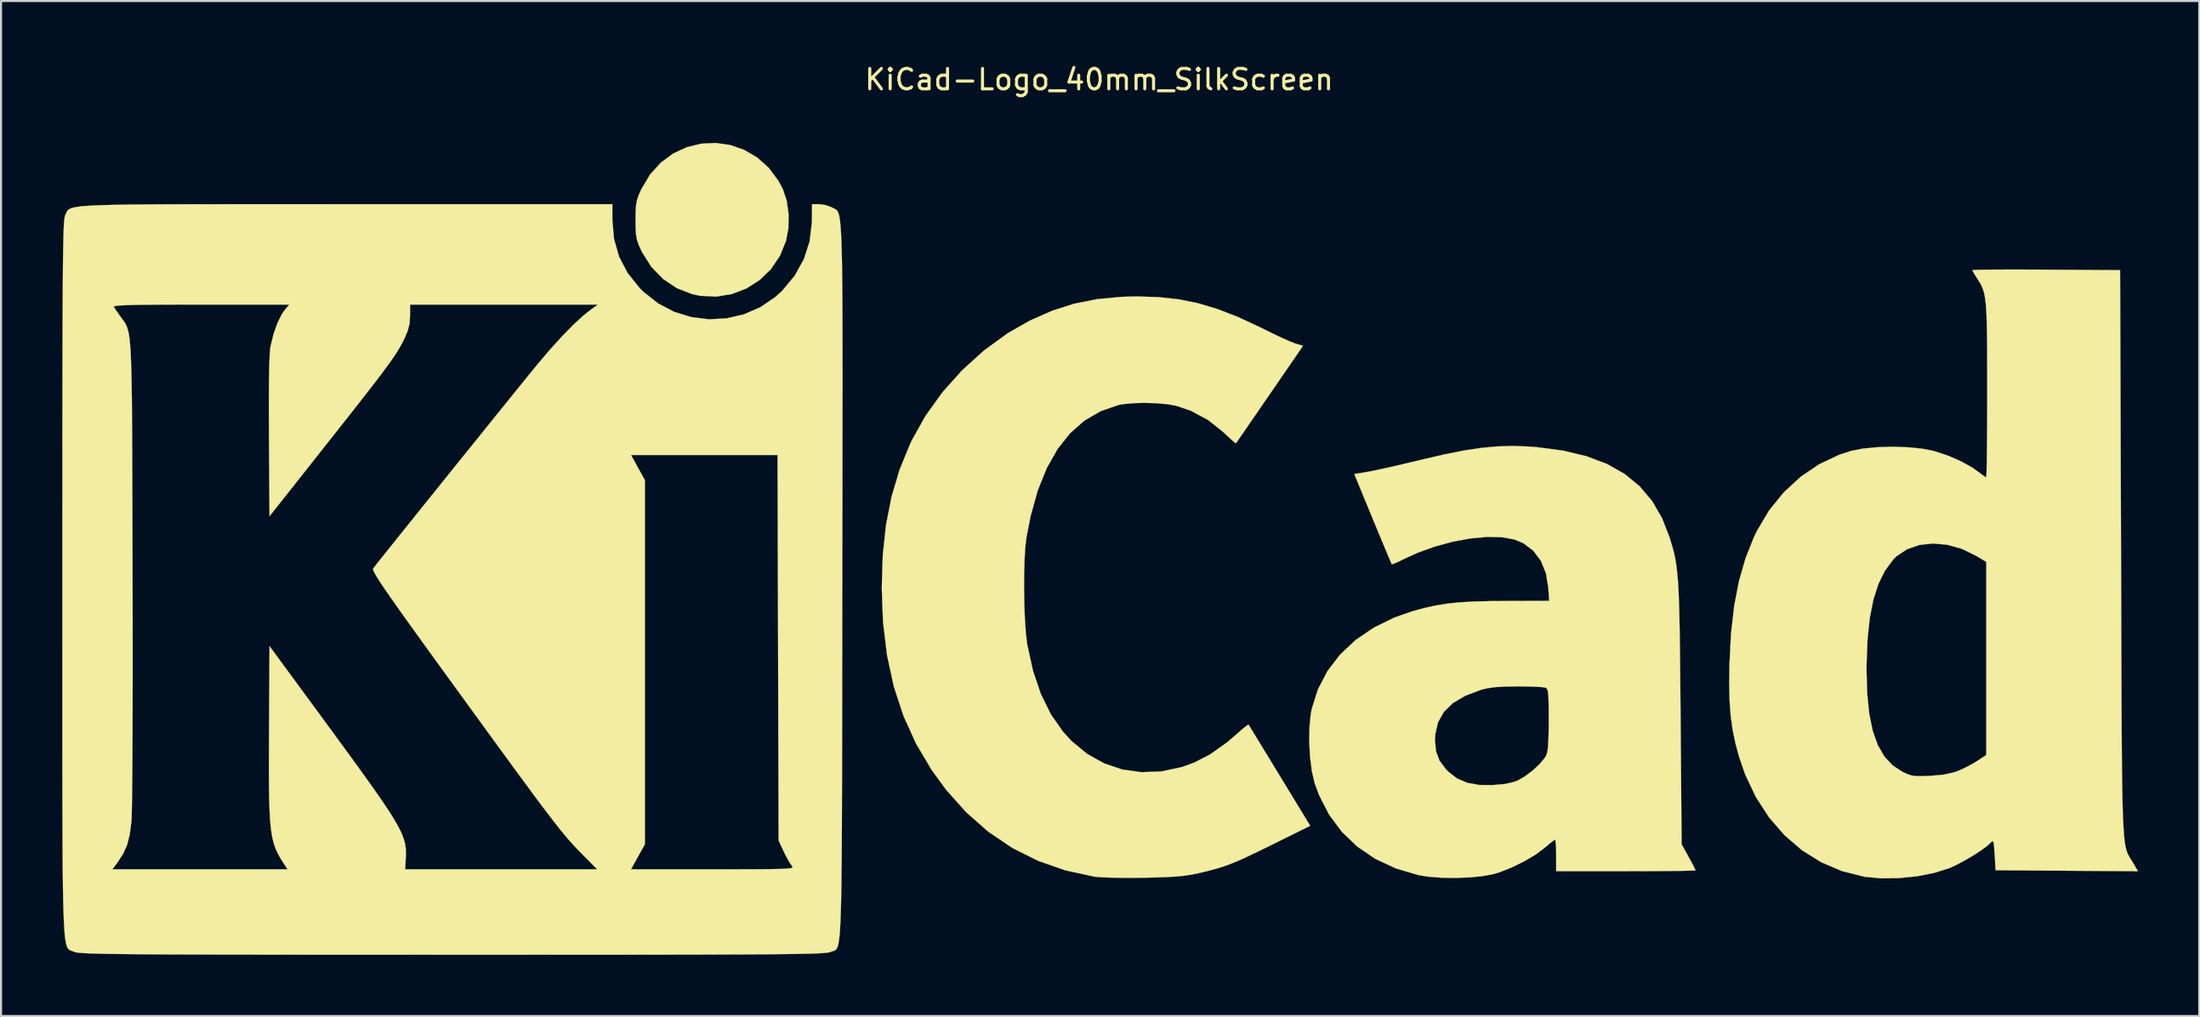
<source format=kicad_pcb>
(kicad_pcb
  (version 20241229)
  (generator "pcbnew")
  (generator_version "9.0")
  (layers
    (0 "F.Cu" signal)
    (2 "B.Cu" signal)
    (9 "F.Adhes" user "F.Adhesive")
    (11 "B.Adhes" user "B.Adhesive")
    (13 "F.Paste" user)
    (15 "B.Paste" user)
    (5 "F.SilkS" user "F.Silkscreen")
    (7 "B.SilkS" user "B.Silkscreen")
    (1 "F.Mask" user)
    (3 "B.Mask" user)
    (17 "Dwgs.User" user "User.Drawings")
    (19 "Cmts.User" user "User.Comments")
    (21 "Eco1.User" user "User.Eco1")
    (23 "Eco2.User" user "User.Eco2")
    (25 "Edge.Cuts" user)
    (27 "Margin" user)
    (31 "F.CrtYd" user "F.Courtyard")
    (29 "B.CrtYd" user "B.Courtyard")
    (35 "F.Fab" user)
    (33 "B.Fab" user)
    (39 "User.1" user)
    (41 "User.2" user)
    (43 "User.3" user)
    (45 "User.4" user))
  (footprint "KiCad-Logo_40mm_SilkScreen"
    (layer "F.Cu")
    (at 50.806 23.708)
    (property "Reference" "KiCad-Logo_40mm_SilkScreen" (at 0 -22.86 0) (layer "F.SilkS") (effects (font (size 1 1) (thickness 0.15))))
    (attr exclude_from_pos_files exclude_from_bom allow_missing_courtyard)
    (fp_poly (pts (xy -18.076 -19.651) (xy -17.392 -19.413) (xy -16.756 -19.04) (xy -16.187 -18.531) (xy -15.708 -17.886) (xy -15.493 -17.48) (xy -15.306 -16.911) (xy -15.216 -16.254) (xy -15.226 -15.579) (xy -15.337 -14.968) (xy -15.641 -14.22) (xy -16.081 -13.572) (xy -16.635 -13.035) (xy -17.282 -12.624) (xy -17.998 -12.349) (xy -18.761 -12.225) (xy -19.549 -12.263) (xy -19.938 -12.345) (xy -20.695 -12.64) (xy -21.367 -13.089) (xy -21.938 -13.679) (xy -22.393 -14.397) (xy -22.431 -14.475) (xy -22.564 -14.769) (xy -22.647 -15.017) (xy -22.693 -15.278) (xy -22.711 -15.613) (xy -22.714 -15.977) (xy -22.709 -16.415) (xy -22.686 -16.732) (xy -22.634 -16.987) (xy -22.541 -17.243) (xy -22.426 -17.496) (xy -21.998 -18.213) (xy -21.47 -18.793) (xy -20.864 -19.237) (xy -20.201 -19.545) (xy -19.501 -19.716) (xy -18.786 -19.751) (xy -18.076 -19.651)) (stroke (width 0.01) (type solid)) (fill yes) (layer "F.SilkS"))
    (fp_poly (pts (xy 2.917 -12.197) (xy 3.899 -12.09) (xy 4.85 -11.898) (xy 5.809 -11.61) (xy 6.815 -11.218) (xy 7.907 -10.711) (xy 8.103 -10.613) (xy 8.554 -10.39) (xy 8.98 -10.19) (xy 9.338 -10.031) (xy 9.586 -9.933) (xy 9.624 -9.92) (xy 9.989 -9.811) (xy 8.354 -7.432) (xy 7.954 -6.85) (xy 7.588 -6.319) (xy 7.27 -5.856) (xy 7.01 -5.479) (xy 6.822 -5.207) (xy 6.718 -5.057) (xy 6.701 -5.033) (xy 6.632 -5.083) (xy 6.463 -5.232) (xy 6.223 -5.454) (xy 6.091 -5.58) (xy 5.343 -6.175) (xy 4.502 -6.627) (xy 3.778 -6.875) (xy 3.343 -6.953) (xy 2.799 -7) (xy 2.209 -7.016) (xy 1.638 -7) (xy 1.148 -6.951) (xy 0.953 -6.914) (xy 0.074 -6.611) (xy -0.719 -6.149) (xy -1.424 -5.528) (xy -2.041 -4.75) (xy -2.569 -3.815) (xy -3.008 -2.723) (xy -3.356 -1.477) (xy -3.564 -0.41) (xy -3.618 0.061) (xy -3.655 0.67) (xy -3.675 1.372) (xy -3.678 2.125) (xy -3.666 2.883) (xy -3.637 3.605) (xy -3.593 4.245) (xy -3.534 4.76) (xy -3.521 4.839) (xy -3.239 6.12) (xy -2.855 7.253) (xy -2.366 8.244) (xy -1.771 9.098) (xy -1.348 9.559) (xy -0.588 10.186) (xy 0.245 10.651) (xy 1.138 10.951) (xy 2.076 11.083) (xy 3.045 11.046) (xy 4.031 10.837) (xy 4.614 10.632) (xy 5.422 10.221) (xy 6.253 9.633) (xy 6.719 9.235) (xy 6.981 9.004) (xy 7.187 8.835) (xy 7.304 8.754) (xy 7.318 8.751) (xy 7.37 8.835) (xy 7.506 9.054) (xy 7.713 9.392) (xy 7.979 9.829) (xy 8.295 10.346) (xy 8.647 10.924) (xy 8.843 11.246) (xy 10.342 13.707) (xy 8.471 14.632) (xy 7.795 14.964) (xy 7.247 15.226) (xy 6.794 15.43) (xy 6.402 15.591) (xy 6.039 15.72) (xy 5.67 15.831) (xy 5.262 15.937) (xy 4.871 16.03) (xy 4.523 16.102) (xy 4.159 16.156) (xy 3.744 16.196) (xy 3.239 16.224) (xy 2.609 16.244) (xy 2.185 16.252) (xy 1.579 16.258) (xy 0.999 16.255) (xy 0.481 16.245) (xy 0.066 16.227) (xy -0.209 16.202) (xy -0.226 16.2) (xy -1.656 15.891) (xy -2.999 15.421) (xy -4.254 14.793) (xy -5.421 14.005) (xy -6.499 13.058) (xy -7.489 11.953) (xy -8.206 10.97) (xy -8.969 9.684) (xy -9.585 8.326) (xy -10.059 6.885) (xy -10.392 5.35) (xy -10.588 3.711) (xy -10.65 2.046) (xy -10.599 0.435) (xy -10.439 -1.051) (xy -10.166 -2.437) (xy -9.774 -3.749) (xy -9.257 -5.012) (xy -9.196 -5.142) (xy -8.516 -6.365) (xy -7.682 -7.529) (xy -6.716 -8.609) (xy -5.643 -9.582) (xy -4.485 -10.424) (xy -3.407 -11.041) (xy -2.317 -11.524) (xy -1.225 -11.875) (xy -0.089 -12.101) (xy 1.135 -12.213) (xy 1.866 -12.23) (xy 2.917 -12.197)) (stroke (width 0.01) (type solid)) (fill yes) (layer "F.SilkS"))
    (fp_poly (pts (xy 45.37 -13.548) (xy 46.144 -13.545) (xy 46.407 -13.543) (xy 50.026 -13.519) (xy 50.072 0.364) (xy 50.078 2.247) (xy 50.083 3.956) (xy 50.088 5.501) (xy 50.093 6.891) (xy 50.098 8.133) (xy 50.104 9.238) (xy 50.111 10.214) (xy 50.12 11.07) (xy 50.13 11.814) (xy 50.142 12.456) (xy 50.157 13.005) (xy 50.174 13.468) (xy 50.195 13.855) (xy 50.219 14.176) (xy 50.246 14.438) (xy 50.278 14.651) (xy 50.314 14.823) (xy 50.355 14.963) (xy 50.401 15.08) (xy 50.453 15.184) (xy 50.511 15.282) (xy 50.574 15.384) (xy 50.644 15.498) (xy 50.659 15.522) (xy 50.9 15.934) (xy 43.927 15.886) (xy 43.881 15.12) (xy 43.856 14.753) (xy 43.83 14.54) (xy 43.795 14.456) (xy 43.743 14.473) (xy 43.699 14.522) (xy 43.507 14.699) (xy 43.195 14.926) (xy 42.806 15.177) (xy 42.384 15.424) (xy 41.974 15.64) (xy 41.659 15.782) (xy 40.921 16.015) (xy 40.074 16.181) (xy 39.181 16.272) (xy 38.304 16.282) (xy 37.506 16.205) (xy 37.493 16.203) (xy 36.401 15.929) (xy 35.379 15.492) (xy 34.436 14.903) (xy 33.583 14.169) (xy 32.829 13.301) (xy 32.185 12.308) (xy 31.659 11.2) (xy 31.373 10.378) (xy 31.185 9.691) (xy 31.045 9.026) (xy 30.949 8.342) (xy 30.894 7.599) (xy 30.875 6.757) (xy 30.883 6.069) (xy 37.601 6.069) (xy 37.633 7.222) (xy 37.733 8.215) (xy 37.905 9.055) (xy 38.152 9.752) (xy 38.476 10.314) (xy 38.881 10.75) (xy 39.348 11.058) (xy 39.592 11.173) (xy 39.803 11.242) (xy 40.038 11.274) (xy 40.354 11.276) (xy 40.695 11.264) (xy 41.364 11.205) (xy 41.894 11.089) (xy 42.06 11.031) (xy 42.44 10.86) (xy 42.841 10.645) (xy 43.016 10.538) (xy 43.471 10.239) (xy 43.471 0.776) (xy 42.971 0.476) (xy 42.272 0.136) (xy 41.559 -0.064) (xy 40.856 -0.127) (xy 40.191 -0.054) (xy 39.589 0.154) (xy 39.075 0.496) (xy 38.91 0.66) (xy 38.511 1.197) (xy 38.188 1.848) (xy 37.938 2.623) (xy 37.759 3.534) (xy 37.648 4.591) (xy 37.603 5.807) (xy 37.601 6.069) (xy 30.883 6.069) (xy 30.887 5.783) (xy 30.964 4.284) (xy 31.118 2.932) (xy 31.354 1.708) (xy 31.676 0.59) (xy 32.087 -0.439) (xy 32.234 -0.744) (xy 32.825 -1.739) (xy 33.54 -2.623) (xy 34.361 -3.383) (xy 35.272 -4.002) (xy 36.255 -4.469) (xy 36.845 -4.661) (xy 37.424 -4.775) (xy 38.121 -4.843) (xy 38.877 -4.865) (xy 39.634 -4.84) (xy 40.333 -4.77) (xy 40.895 -4.659) (xy 41.563 -4.442) (xy 42.211 -4.162) (xy 42.777 -3.849) (xy 43.079 -3.636) (xy 43.287 -3.478) (xy 43.433 -3.382) (xy 43.466 -3.368) (xy 43.476 -3.457) (xy 43.486 -3.709) (xy 43.495 -4.108) (xy 43.502 -4.635) (xy 43.508 -5.273) (xy 43.513 -6.005) (xy 43.516 -6.811) (xy 43.517 -7.633) (xy 43.516 -8.685) (xy 43.514 -9.572) (xy 43.507 -10.311) (xy 43.496 -10.919) (xy 43.478 -11.413) (xy 43.452 -11.809) (xy 43.416 -12.125) (xy 43.369 -12.378) (xy 43.308 -12.584) (xy 43.234 -12.762) (xy 43.144 -12.926) (xy 43.036 -13.096) (xy 43.022 -13.117) (xy 42.884 -13.336) (xy 42.8 -13.487) (xy 42.789 -13.518) (xy 42.876 -13.528) (xy 43.127 -13.537) (xy 43.521 -13.543) (xy 44.039 -13.547) (xy 44.662 -13.549) (xy 45.37 -13.548)) (stroke (width 0.01) (type solid)) (fill yes) (layer "F.SilkS"))
    (fp_poly (pts (xy 21.003 -4.879) (xy 21.454 -4.845) (xy 22.745 -4.673) (xy 23.888 -4.399) (xy 24.889 -4.019) (xy 25.753 -3.53) (xy 26.486 -2.927) (xy 27.094 -2.207) (xy 27.583 -1.365) (xy 27.939 -0.455) (xy 28.03 -0.165) (xy 28.109 0.107) (xy 28.177 0.375) (xy 28.235 0.654) (xy 28.284 0.958) (xy 28.325 1.303) (xy 28.36 1.702) (xy 28.388 2.171) (xy 28.411 2.723) (xy 28.43 3.374) (xy 28.445 4.139) (xy 28.458 5.031) (xy 28.469 6.066) (xy 28.48 7.259) (xy 28.488 8.194) (xy 28.541 14.612) (xy 28.882 15.229) (xy 29.044 15.527) (xy 29.164 15.758) (xy 29.222 15.881) (xy 29.224 15.89) (xy 29.136 15.899) (xy 28.886 15.908) (xy 28.494 15.916) (xy 27.979 15.922) (xy 27.362 15.927) (xy 26.663 15.931) (xy 25.901 15.932) (xy 25.81 15.932) (xy 22.396 15.932) (xy 22.396 15.158) (xy 22.39 14.808) (xy 22.374 14.541) (xy 22.352 14.398) (xy 22.342 14.384) (xy 22.252 14.44) (xy 22.066 14.586) (xy 21.824 14.791) (xy 21.819 14.795) (xy 21.378 15.124) (xy 20.82 15.454) (xy 20.21 15.752) (xy 19.61 15.988) (xy 19.346 16.068) (xy 18.82 16.17) (xy 18.175 16.235) (xy 17.469 16.263) (xy 16.762 16.251) (xy 16.113 16.2) (xy 15.659 16.126) (xy 14.545 15.799) (xy 13.542 15.333) (xy 12.657 14.733) (xy 11.896 14.006) (xy 11.265 13.158) (xy 10.772 12.193) (xy 10.559 11.608) (xy 10.426 11.039) (xy 10.338 10.356) (xy 10.297 9.622) (xy 10.298 9.515) (xy 16.455 9.515) (xy 16.506 10.06) (xy 16.676 10.513) (xy 16.991 10.934) (xy 17.111 11.057) (xy 17.54 11.391) (xy 18.036 11.604) (xy 18.63 11.708) (xy 19.256 11.715) (xy 19.849 11.665) (xy 20.304 11.567) (xy 20.501 11.493) (xy 20.857 11.292) (xy 21.233 11.009) (xy 21.577 10.691) (xy 21.834 10.386) (xy 21.902 10.274) (xy 21.955 10.117) (xy 21.993 9.868) (xy 22.017 9.502) (xy 22.029 8.996) (xy 22.032 8.514) (xy 22.03 7.952) (xy 22.023 7.546) (xy 22.008 7.269) (xy 21.983 7.094) (xy 21.944 6.996) (xy 21.889 6.947) (xy 21.872 6.939) (xy 21.725 6.915) (xy 21.435 6.895) (xy 21.042 6.882) (xy 20.583 6.876) (xy 20.484 6.876) (xy 19.871 6.886) (xy 19.398 6.915) (xy 19.022 6.967) (xy 18.711 7.044) (xy 17.941 7.335) (xy 17.337 7.693) (xy 16.893 8.124) (xy 16.606 8.633) (xy 16.469 9.227) (xy 16.455 9.515) (xy 10.298 9.515) (xy 10.306 8.899) (xy 10.368 8.252) (xy 10.416 7.991) (xy 10.722 7.02) (xy 11.189 6.127) (xy 11.806 5.32) (xy 12.565 4.607) (xy 13.458 3.998) (xy 14.475 3.501) (xy 15.34 3.199) (xy 15.918 3.04) (xy 16.471 2.917) (xy 17.034 2.825) (xy 17.644 2.761) (xy 18.337 2.72) (xy 19.147 2.698) (xy 19.88 2.692) (xy 22.052 2.686) (xy 22.01 2.033) (xy 21.892 1.324) (xy 21.641 0.715) (xy 21.267 0.221) (xy 20.781 -0.143) (xy 20.354 -0.321) (xy 19.741 -0.433) (xy 19.011 -0.449) (xy 18.199 -0.375) (xy 17.339 -0.217) (xy 16.465 0.019) (xy 15.61 0.327) (xy 14.989 0.609) (xy 14.691 0.754) (xy 14.463 0.855) (xy 14.347 0.895) (xy 14.341 0.893) (xy 14.301 0.805) (xy 14.201 0.571) (xy 14.051 0.213) (xy 13.859 -0.246) (xy 13.636 -0.784) (xy 13.409 -1.332) (xy 12.503 -3.529) (xy 13.148 -3.635) (xy 13.427 -3.688) (xy 13.847 -3.777) (xy 14.372 -3.894) (xy 14.965 -4.032) (xy 15.592 -4.181) (xy 15.841 -4.241) (xy 16.919 -4.491) (xy 17.864 -4.679) (xy 18.709 -4.808) (xy 19.491 -4.881) (xy 20.243 -4.904) (xy 21.003 -4.879)) (stroke (width 0.01) (type solid)) (fill yes) (layer "F.SilkS"))
    (fp_poly (pts (xy -39.491 -16.752) (xy -37.737 -16.751) (xy -36.921 -16.751) (xy -23.852 -16.751) (xy -23.852 -15.981) (xy -23.77 -15.043) (xy -23.522 -14.179) (xy -23.106 -13.382) (xy -22.519 -12.648) (xy -22.32 -12.449) (xy -21.606 -11.887) (xy -20.819 -11.476) (xy -19.982 -11.218) (xy -19.118 -11.112) (xy -18.251 -11.157) (xy -17.405 -11.354) (xy -16.602 -11.703) (xy -15.866 -12.202) (xy -15.535 -12.503) (xy -14.919 -13.242) (xy -14.468 -14.054) (xy -14.184 -14.931) (xy -14.073 -15.863) (xy -14.071 -15.955) (xy -14.066 -16.751) (xy -13.715 -16.751) (xy -13.405 -16.709) (xy -13.121 -16.607) (xy -13.102 -16.596) (xy -13.038 -16.563) (xy -12.98 -16.537) (xy -12.926 -16.511) (xy -12.877 -16.477) (xy -12.832 -16.428) (xy -12.792 -16.356) (xy -12.756 -16.254) (xy -12.724 -16.114) (xy -12.696 -15.928) (xy -12.672 -15.689) (xy -12.65 -15.39) (xy -12.632 -15.023) (xy -12.617 -14.58) (xy -12.604 -14.054) (xy -12.594 -13.438) (xy -12.586 -12.723) (xy -12.58 -11.902) (xy -12.576 -10.968) (xy -12.574 -9.913) (xy -12.573 -8.73) (xy -12.573 -7.411) (xy -12.575 -5.948) (xy -12.577 -4.335) (xy -12.579 -2.562) (xy -12.582 -0.624) (xy -12.585 1.488) (xy -12.585 1.745) (xy -12.588 3.871) (xy -12.59 5.822) (xy -12.592 7.606) (xy -12.595 9.23) (xy -12.597 10.703) (xy -12.6 12.031) (xy -12.604 13.223) (xy -12.609 14.285) (xy -12.615 15.225) (xy -12.623 16.051) (xy -12.632 16.77) (xy -12.644 17.391) (xy -12.658 17.919) (xy -12.674 18.364) (xy -12.693 18.732) (xy -12.715 19.031) (xy -12.74 19.268) (xy -12.769 19.452) (xy -12.801 19.589) (xy -12.838 19.688) (xy -12.878 19.755) (xy -12.923 19.798) (xy -12.973 19.825) (xy -13.027 19.844) (xy -13.087 19.861) (xy -13.152 19.885) (xy -13.168 19.892) (xy -13.218 19.908) (xy -13.302 19.923) (xy -13.426 19.937) (xy -13.599 19.949) (xy -13.828 19.961) (xy -14.12 19.971) (xy -14.481 19.98) (xy -14.921 19.988) (xy -15.445 19.995) (xy -16.061 20.001) (xy -16.777 20.007) (xy -17.599 20.011) (xy -18.536 20.015) (xy -19.594 20.019) (xy -20.78 20.021) (xy -22.103 20.023) (xy -23.569 20.025) (xy -25.185 20.026) (xy -26.96 20.026) (xy -28.899 20.027) (xy -31.011 20.027) (xy -31.695 20.027) (xy -33.854 20.026) (xy -35.839 20.026) (xy -37.656 20.025) (xy -39.313 20.024) (xy -40.818 20.022) (xy -42.177 20.02) (xy -43.399 20.018) (xy -44.491 20.014) (xy -45.459 20.011) (xy -46.312 20.006) (xy -47.057 20.001) (xy -47.701 19.995) (xy -48.252 19.988) (xy -48.717 19.981) (xy -49.103 19.972) (xy -49.419 19.962) (xy -49.67 19.951) (xy -49.865 19.94) (xy -50.011 19.926) (xy -50.116 19.912) (xy -50.186 19.896) (xy -50.225 19.882) (xy -50.293 19.853) (xy -50.355 19.832) (xy -50.413 19.811) (xy -50.465 19.782) (xy -50.512 19.738) (xy -50.555 19.672) (xy -50.593 19.576) (xy -50.627 19.442) (xy -50.657 19.262) (xy -50.684 19.031) (xy -50.707 18.739) (xy -50.726 18.379) (xy -50.743 17.944) (xy -50.757 17.426) (xy -50.769 16.818) (xy -50.778 16.112) (xy -50.781 15.841) (xy -48.351 15.841) (xy -39.763 15.841) (xy -39.929 15.591) (xy -40.093 15.333) (xy -40.232 15.088) (xy -40.348 14.838) (xy -40.443 14.567) (xy -40.518 14.255) (xy -40.577 13.888) (xy -40.62 13.447) (xy -40.649 12.916) (xy -40.668 12.277) (xy -40.677 11.513) (xy -40.679 10.607) (xy -40.675 9.542) (xy -40.673 9.146) (xy -40.649 4.907) (xy -37.963 8.563) (xy -37.203 9.601) (xy -36.543 10.504) (xy -35.979 11.285) (xy -35.502 11.956) (xy -35.105 12.529) (xy -34.781 13.015) (xy -34.523 13.428) (xy -34.325 13.778) (xy -34.178 14.078) (xy -34.076 14.34) (xy -34.011 14.575) (xy -33.977 14.796) (xy -33.967 15.014) (xy -33.972 15.242) (xy -33.974 15.271) (xy -34.003 15.841) (xy -29.297 15.841) (xy -24.592 15.841) (xy -25.292 15.135) (xy -25.482 14.942) (xy -25.662 14.754) (xy -25.84 14.561) (xy -26.025 14.353) (xy -26.223 14.118) (xy -26.443 13.848) (xy -26.693 13.53) (xy -26.981 13.156) (xy -27.315 12.715) (xy -27.702 12.195) (xy -28.15 11.588) (xy -28.668 10.883) (xy -29.262 10.068) (xy -29.942 9.135) (xy -30.716 8.072) (xy -31.349 7.2) (xy -32.145 6.104) (xy -32.838 5.147) (xy -33.437 4.317) (xy -33.947 3.608) (xy -34.373 3.008) (xy -34.724 2.51) (xy -35.005 2.104) (xy -35.221 1.781) (xy -35.38 1.532) (xy -35.488 1.348) (xy -35.551 1.22) (xy -35.576 1.139) (xy -35.568 1.096) (xy -35.48 0.982) (xy -35.288 0.74) (xy -35.006 0.386) (xy -34.643 -0.067) (xy -34.213 -0.604) (xy -33.725 -1.211) (xy -33.193 -1.874) (xy -32.627 -2.578) (xy -32.039 -3.309) (xy -31.441 -4.052) (xy -31.111 -4.461) (xy -22.938 -4.461) (xy -22.599 -3.846) (xy -22.259 -3.232) (xy -22.259 14.612) (xy -22.599 15.226) (xy -22.938 15.841) (xy -18.92 15.841) (xy -17.961 15.841) (xy -17.169 15.839) (xy -16.528 15.836) (xy -16.024 15.831) (xy -15.642 15.823) (xy -15.366 15.812) (xy -15.181 15.796) (xy -15.071 15.776) (xy -15.023 15.75) (xy -15.021 15.718) (xy -15.048 15.679) (xy -15.049 15.679) (xy -15.163 15.513) (xy -15.315 15.243) (xy -15.45 14.974) (xy -15.704 14.43) (xy -15.73 4.984) (xy -15.756 -4.461) (xy -22.938 -4.461) (xy -31.111 -4.461) (xy -30.843 -4.794) (xy -30.258 -5.519) (xy -29.698 -6.215) (xy -29.173 -6.865) (xy -28.695 -7.456) (xy -28.276 -7.974) (xy -27.928 -8.403) (xy -27.661 -8.731) (xy -27.505 -8.922) (xy -26.897 -9.636) (xy -26.312 -10.281) (xy -25.77 -10.834) (xy -25.293 -11.276) (xy -24.954 -11.547) (xy -24.553 -11.835) (xy -33.766 -11.835) (xy -33.764 -11.295) (xy -33.789 -10.897) (xy -33.886 -10.529) (xy -34.036 -10.179) (xy -34.133 -9.982) (xy -34.238 -9.786) (xy -34.36 -9.58) (xy -34.508 -9.349) (xy -34.692 -9.081) (xy -34.922 -8.763) (xy -35.206 -8.382) (xy -35.556 -7.924) (xy -35.98 -7.378) (xy -36.488 -6.729) (xy -37.089 -5.966) (xy -37.793 -5.075) (xy -37.872 -4.974) (xy -40.649 -1.463) (xy -40.676 -5.352) (xy -40.681 -6.516) (xy -40.68 -7.503) (xy -40.672 -8.313) (xy -40.658 -8.952) (xy -40.637 -9.421) (xy -40.609 -9.725) (xy -40.599 -9.783) (xy -40.452 -10.39) (xy -40.259 -10.937) (xy -40.038 -11.377) (xy -39.906 -11.563) (xy -39.677 -11.835) (xy -44.015 -11.835) (xy -45.05 -11.834) (xy -45.915 -11.831) (xy -46.623 -11.826) (xy -47.188 -11.818) (xy -47.62 -11.807) (xy -47.934 -11.793) (xy -48.141 -11.775) (xy -48.254 -11.753) (xy -48.286 -11.727) (xy -48.284 -11.721) (xy -48.192 -11.583) (xy -48.039 -11.363) (xy -47.959 -11.251) (xy -47.877 -11.14) (xy -47.803 -11.041) (xy -47.737 -10.944) (xy -47.679 -10.838) (xy -47.627 -10.716) (xy -47.582 -10.566) (xy -47.542 -10.378) (xy -47.509 -10.144) (xy -47.48 -9.854) (xy -47.456 -9.497) (xy -47.436 -9.063) (xy -47.42 -8.544) (xy -47.407 -7.929) (xy -47.396 -7.208) (xy -47.388 -6.372) (xy -47.382 -5.411) (xy -47.377 -4.315) (xy -47.373 -3.075) (xy -47.369 -1.68) (xy -47.365 -0.121) (xy -47.362 1.311) (xy -47.358 2.908) (xy -47.357 4.431) (xy -47.356 5.872) (xy -47.358 7.219) (xy -47.361 8.464) (xy -47.365 9.597) (xy -47.37 10.608) (xy -47.377 11.487) (xy -47.385 12.225) (xy -47.395 12.812) (xy -47.405 13.238) (xy -47.417 13.493) (xy -47.419 13.52) (xy -47.5 14.139) (xy -47.625 14.635) (xy -47.817 15.069) (xy -48.095 15.498) (xy -48.129 15.545) (xy -48.351 15.841) (xy -50.781 15.841) (xy -50.786 15.3) (xy -50.791 14.376) (xy -50.795 13.332) (xy -50.798 12.159) (xy -50.8 10.851) (xy -50.801 9.4) (xy -50.801 7.798) (xy -50.801 6.038) (xy -50.8 4.113) (xy -50.8 2.014) (xy -50.8 1.598) (xy -50.8 -0.523) (xy -50.799 -2.469) (xy -50.799 -4.248) (xy -50.798 -5.867) (xy -50.796 -7.334) (xy -50.794 -8.656) (xy -50.791 -9.841) (xy -50.788 -10.897) (xy -50.784 -11.83) (xy -50.779 -12.648) (xy -50.774 -13.359) (xy -50.768 -13.97) (xy -50.76 -14.488) (xy -50.752 -14.922) (xy -50.743 -15.278) (xy -50.733 -15.564) (xy -50.721 -15.788) (xy -50.708 -15.956) (xy -50.694 -16.077) (xy -50.679 -16.158) (xy -50.663 -16.207) (xy -50.662 -16.208) (xy -50.628 -16.282) (xy -50.599 -16.349) (xy -50.567 -16.409) (xy -50.524 -16.463) (xy -50.46 -16.511) (xy -50.367 -16.553) (xy -50.236 -16.59) (xy -50.057 -16.623) (xy -49.824 -16.65) (xy -49.525 -16.674) (xy -49.154 -16.693) (xy -48.701 -16.709) (xy -48.157 -16.722) (xy -47.514 -16.732) (xy -46.762 -16.739) (xy -45.894 -16.745) (xy -44.9 -16.748) (xy -43.771 -16.75) (xy -42.5 -16.751) (xy -41.076 -16.752) (xy -39.491 -16.752)) (stroke (width 0.01) (type solid)) (fill yes) (layer "F.SilkS")))
  (gr_rect
    (start -3 -3)
    (end 104.711 46.74)
    (stroke (width 0.1) (type default))
    (fill no)
    (layer "Edge.Cuts")))
</source>
